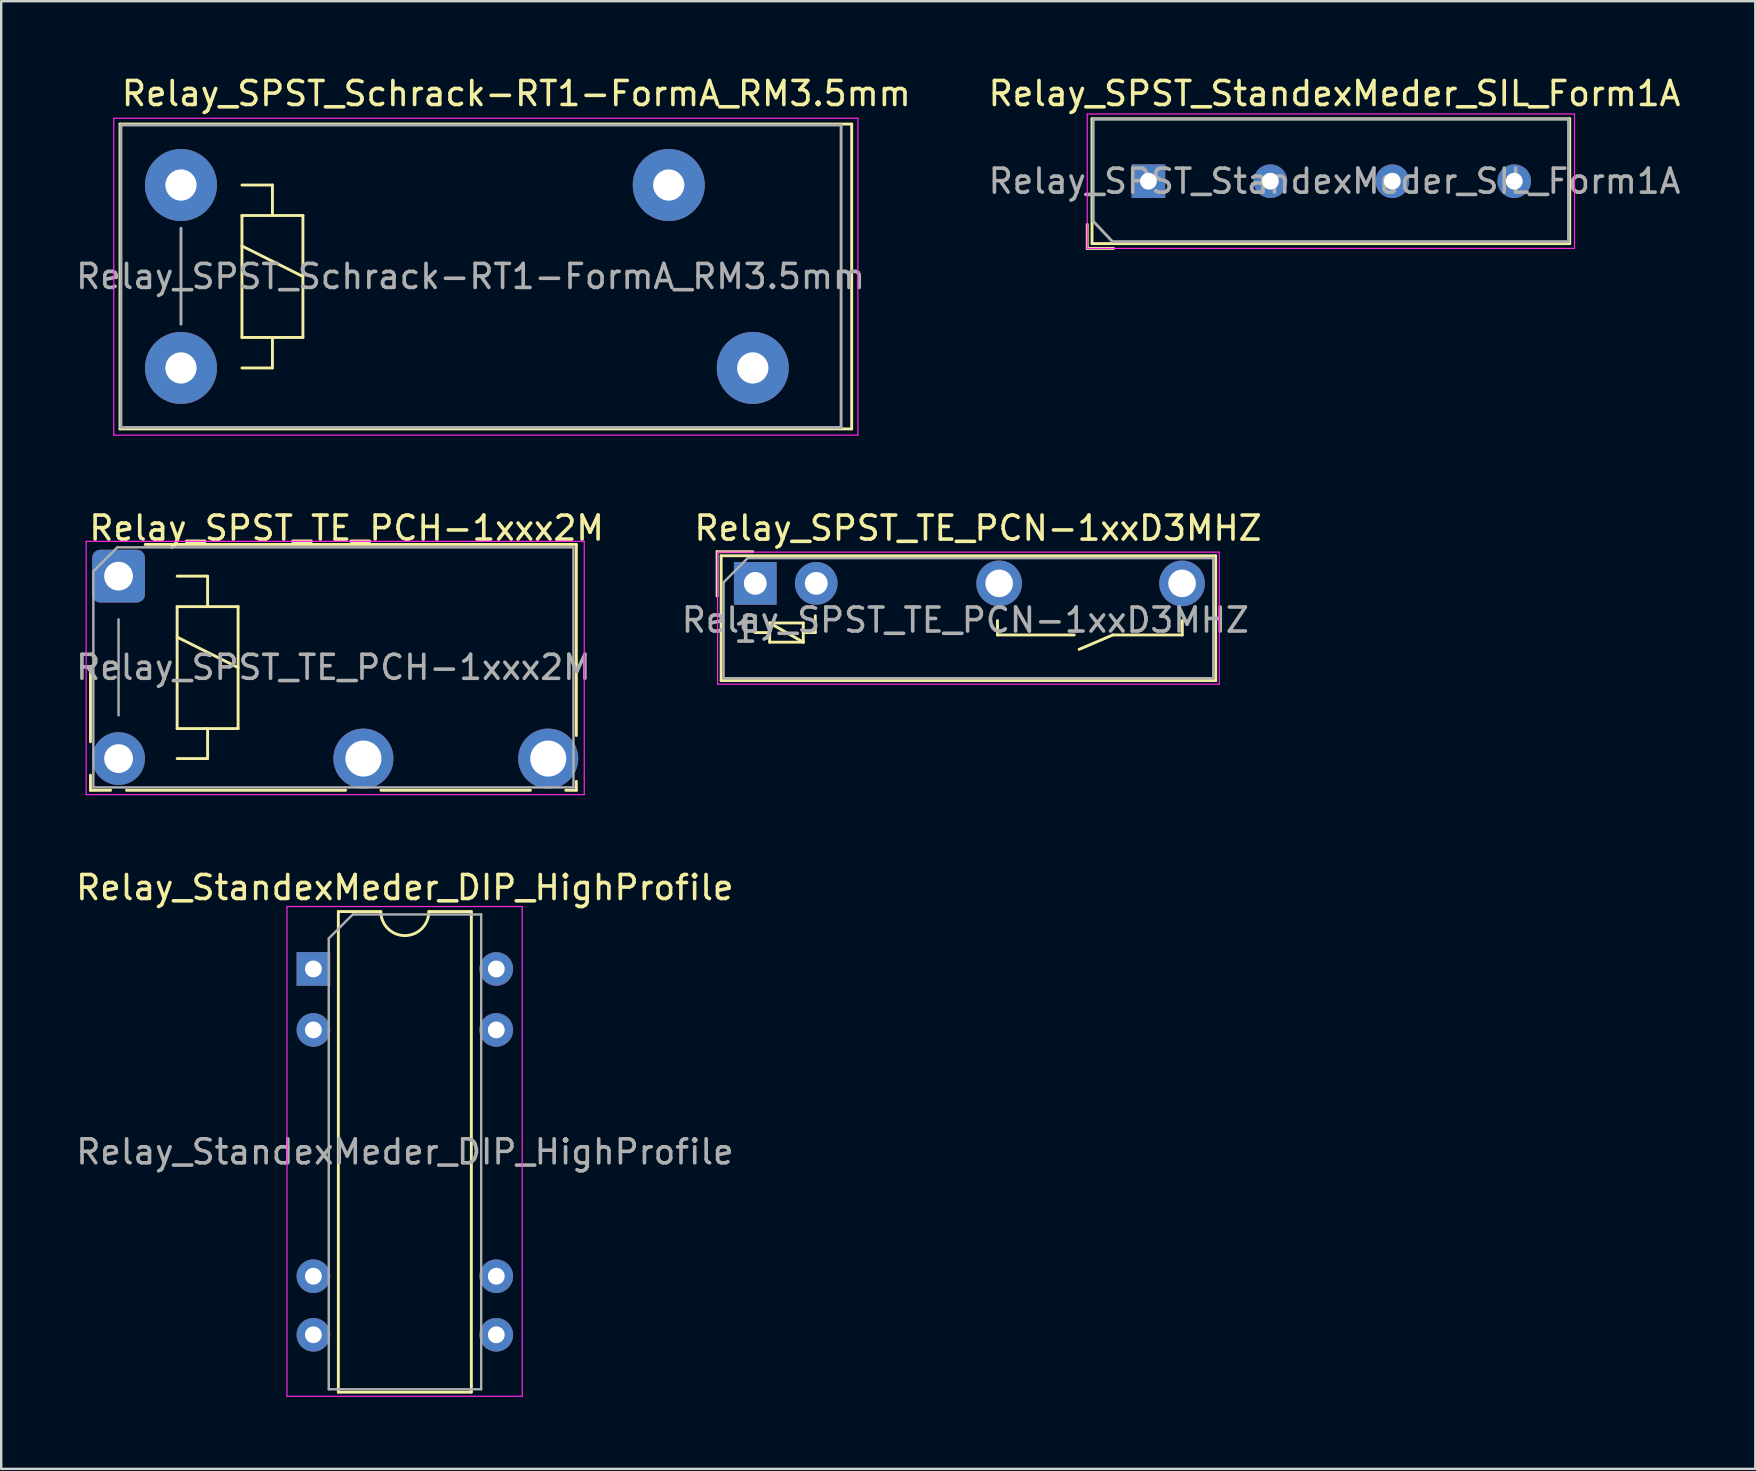
<source format=kicad_pcb>
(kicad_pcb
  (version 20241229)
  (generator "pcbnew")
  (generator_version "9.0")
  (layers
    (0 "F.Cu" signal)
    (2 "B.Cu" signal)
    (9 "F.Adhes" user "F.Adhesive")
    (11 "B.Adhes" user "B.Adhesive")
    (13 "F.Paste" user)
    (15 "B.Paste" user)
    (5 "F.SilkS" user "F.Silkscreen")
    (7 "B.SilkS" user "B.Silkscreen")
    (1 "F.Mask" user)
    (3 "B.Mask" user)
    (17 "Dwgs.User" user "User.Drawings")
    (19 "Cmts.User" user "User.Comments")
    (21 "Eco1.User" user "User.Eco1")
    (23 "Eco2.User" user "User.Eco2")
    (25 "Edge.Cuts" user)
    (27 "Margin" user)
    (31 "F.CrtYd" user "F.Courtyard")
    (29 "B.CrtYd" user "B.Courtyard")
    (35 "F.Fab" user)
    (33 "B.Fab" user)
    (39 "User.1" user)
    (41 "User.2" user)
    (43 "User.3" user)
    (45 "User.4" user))
  (footprint "Relay_StandexMeder_DIP_HighProfile"
    (layer "F.Cu")
    (at 10.005 37.315)
    (property "Reference" "Relay_StandexMeder_DIP_HighProfile" (at 3.81 -3.39 0) (layer "F.SilkS") (effects (font (size 1 1) (thickness 0.15))))
    (attr through_hole)
    (fp_line (start 1.04 -2.39) (end 1.04 17.63) (stroke (width 0.12) (type solid)) (layer "F.SilkS"))
    (fp_line (start 1.04 17.63) (end 6.58 17.63) (stroke (width 0.12) (type solid)) (layer "F.SilkS"))
    (fp_line (start 2.81 -2.39) (end 1.04 -2.39) (stroke (width 0.12) (type solid)) (layer "F.SilkS"))
    (fp_line (start 6.58 -2.39) (end 4.81 -2.39) (stroke (width 0.12) (type solid)) (layer "F.SilkS"))
    (fp_line (start 6.58 17.63) (end 6.58 -2.39) (stroke (width 0.12) (type solid)) (layer "F.SilkS"))
    (fp_arc (start 4.81 -2.39) (mid 3.81 -1.39) (end 2.81 -2.39) (stroke (width 0.12) (type solid)) (layer "F.SilkS"))
    (fp_line (start -1.1 -2.6) (end -1.1 17.8) (stroke (width 0.05) (type solid)) (layer "F.CrtYd"))
    (fp_line (start -1.1 17.8) (end 8.7 17.8) (stroke (width 0.05) (type solid)) (layer "F.CrtYd"))
    (fp_line (start 8.7 -2.6) (end -1.1 -2.6) (stroke (width 0.05) (type solid)) (layer "F.CrtYd"))
    (fp_line (start 8.7 17.8) (end 8.7 -2.6) (stroke (width 0.05) (type solid)) (layer "F.CrtYd"))
    (fp_line (start 0.64 -1.27) (end 1.64 -2.27) (stroke (width 0.1) (type solid)) (layer "F.Fab"))
    (fp_line (start 0.64 17.51) (end 0.64 -1.27) (stroke (width 0.1) (type solid)) (layer "F.Fab"))
    (fp_line (start 1.64 -2.27) (end 6.99 -2.27) (stroke (width 0.1) (type solid)) (layer "F.Fab"))
    (fp_line (start 6.99 -2.27) (end 6.99 17.51) (stroke (width 0.1) (type solid)) (layer "F.Fab"))
    (fp_line (start 6.99 17.51) (end 0.64 17.51) (stroke (width 0.1) (type solid)) (layer "F.Fab"))
    (fp_text user "${REFERENCE}" (at 3.815 7.62 0) (layer "F.Fab") (effects (font (size 1 1) (thickness 0.15))))
    (pad "1" thru_hole rect (at 0 0) (size 1.4 1.4) (drill 0.7) (layers "*.Cu" "*.Mask"))
    (pad "2" thru_hole circle (at 0 2.54) (size 1.4 1.4) (drill 0.7) (layers "*.Cu" "*.Mask"))
    (pad "6" thru_hole circle (at 0 12.8) (size 1.4 1.4) (drill 0.7) (layers "*.Cu" "*.Mask"))
    (pad "7" thru_hole circle (at 0 15.24) (size 1.4 1.4) (drill 0.7) (layers "*.Cu" "*.Mask"))
    (pad "8" thru_hole circle (at 7.62 15.24) (size 1.4 1.4) (drill 0.7) (layers "*.Cu" "*.Mask"))
    (pad "9" thru_hole circle (at 7.62 12.8) (size 1.4 1.4) (drill 0.7) (layers "*.Cu" "*.Mask"))
    (pad "13" thru_hole circle (at 7.62 2.54) (size 1.4 1.4) (drill 0.7) (layers "*.Cu" "*.Mask"))
    (pad "14" thru_hole circle (at 7.62 0) (size 1.4 1.4) (drill 0.7) (layers "*.Cu" "*.Mask")))
  (footprint "Relay_SPST_StandexMeder_SIL_Form1A"
    (layer "F.Cu")
    (at 44.792 4.498)
    (property "Reference" "Relay_SPST_StandexMeder_SIL_Form1A" (at 7.75 -3.65 0) (layer "F.SilkS") (effects (font (size 1 1) (thickness 0.15))))
    (attr through_hole)
    (fp_line (start -2.55 2.8) (end -2.55 1.8) (stroke (width 0.12) (type solid)) (layer "F.SilkS"))
    (fp_line (start -2.35 -2.6) (end 17.55 -2.6) (stroke (width 0.12) (type solid)) (layer "F.SilkS"))
    (fp_line (start -2.35 2.6) (end -2.35 -2.6) (stroke (width 0.12) (type solid)) (layer "F.SilkS"))
    (fp_line (start -1.45 2.8) (end -2.55 2.8) (stroke (width 0.12) (type solid)) (layer "F.SilkS"))
    (fp_line (start 17.55 -2.6) (end 17.55 2.6) (stroke (width 0.12) (type solid)) (layer "F.SilkS"))
    (fp_line (start 17.55 2.6) (end -2.35 2.6) (stroke (width 0.12) (type solid)) (layer "F.SilkS"))
    (fp_line (start -2.55 -2.8) (end -2.55 2.8) (stroke (width 0.05) (type solid)) (layer "F.CrtYd"))
    (fp_line (start -2.55 -2.8) (end 17.75 -2.8) (stroke (width 0.05) (type solid)) (layer "F.CrtYd"))
    (fp_line (start 17.75 2.8) (end -2.55 2.8) (stroke (width 0.05) (type solid)) (layer "F.CrtYd"))
    (fp_line (start 17.75 2.8) (end 17.75 -2.8) (stroke (width 0.05) (type solid)) (layer "F.CrtYd"))
    (fp_line (start -2.3 -2.583) (end 17.5 -2.583) (stroke (width 0.12) (type solid)) (layer "F.Fab"))
    (fp_line (start -2.3 1.667) (end -2.3 -2.583) (stroke (width 0.12) (type solid)) (layer "F.Fab"))
    (fp_line (start -1.5 2.517) (end -2.3 1.667) (stroke (width 0.12) (type solid)) (layer "F.Fab"))
    (fp_line (start 17.5 -2.583) (end 17.5 2.517) (stroke (width 0.12) (type solid)) (layer "F.Fab"))
    (fp_line (start 17.5 2.517) (end -1.5 2.517) (stroke (width 0.12) (type solid)) (layer "F.Fab"))
    (fp_text user "${REFERENCE}" (at 7.75 0 0) (layer "F.Fab") (effects (font (size 1 1) (thickness 0.15))))
    (pad "1" thru_hole rect (at 0 0) (size 1.4 1.4) (drill 0.7) (layers "*.Cu" "*.Mask"))
    (pad "3" thru_hole circle (at 5.08 0) (size 1.4 1.4) (drill 0.7) (layers "*.Cu" "*.Mask"))
    (pad "5" thru_hole circle (at 10.16 0) (size 1.4 1.4) (drill 0.7) (layers "*.Cu" "*.Mask"))
    (pad "7" thru_hole circle (at 15.24 0) (size 1.4 1.4) (drill 0.7) (layers "*.Cu" "*.Mask")))
  (footprint "Relay_SPST_TE_PCN-1xxD3MHZ"
    (layer "F.Cu")
    (at 28.413 21.252)
    (property "Reference" "Relay_SPST_TE_PCN-1xxD3MHZ" (at 9.28 -2.3 180) (layer "F.SilkS") (effects (font (size 1 1) (thickness 0.15))))
    (attr through_hole)
    (fp_line (start -1.59 -1.32) (end -0.1 -1.32) (stroke (width 0.12) (type solid)) (layer "F.SilkS"))
    (fp_line (start -1.59 0.53) (end -1.59 -1.32) (stroke (width 0.12) (type solid)) (layer "F.SilkS"))
    (fp_line (start -1.42 -1.15) (end -1.42 4.05) (stroke (width 0.12) (type solid)) (layer "F.SilkS"))
    (fp_line (start -1.42 4.05) (end 19.18 4.05) (stroke (width 0.12) (type solid)) (layer "F.SilkS"))
    (fp_line (start 0 1.35) (end 0 2.05) (stroke (width 0.12) (type solid)) (layer "F.SilkS"))
    (fp_line (start 0 2.05) (end 0.6 2.05) (stroke (width 0.12) (type solid)) (layer "F.SilkS"))
    (fp_line (start 0.6 1.65) (end 2 1.65) (stroke (width 0.12) (type solid)) (layer "F.SilkS"))
    (fp_line (start 0.6 1.65) (end 2 2.45) (stroke (width 0.12) (type solid)) (layer "F.SilkS"))
    (fp_line (start 0.6 2.05) (end 0.6 1.65) (stroke (width 0.12) (type solid)) (layer "F.SilkS"))
    (fp_line (start 0.6 2.45) (end 0.6 2.05) (stroke (width 0.12) (type solid)) (layer "F.SilkS"))
    (fp_line (start 2 1.65) (end 2 2.45) (stroke (width 0.12) (type solid)) (layer "F.SilkS"))
    (fp_line (start 2 2.05) (end 2.5 2.05) (stroke (width 0.12) (type solid)) (layer "F.SilkS"))
    (fp_line (start 2 2.45) (end 0.6 2.45) (stroke (width 0.12) (type solid)) (layer "F.SilkS"))
    (fp_line (start 2.5 2.05) (end 2.5 1.35) (stroke (width 0.12) (type solid)) (layer "F.SilkS"))
    (fp_line (start 10.09 2.15) (end 10.09 1.55) (stroke (width 0.12) (type solid)) (layer "F.SilkS"))
    (fp_line (start 13.29 2.15) (end 10.09 2.15) (stroke (width 0.12) (type solid)) (layer "F.SilkS"))
    (fp_line (start 14.89 2.15) (end 13.49 2.75) (stroke (width 0.12) (type solid)) (layer "F.SilkS"))
    (fp_line (start 17.79 1.55) (end 17.79 2.15) (stroke (width 0.12) (type solid)) (layer "F.SilkS"))
    (fp_line (start 17.79 2.15) (end 14.89 2.15) (stroke (width 0.12) (type solid)) (layer "F.SilkS"))
    (fp_line (start 19.18 -1.15) (end -1.42 -1.15) (stroke (width 0.12) (type solid)) (layer "F.SilkS"))
    (fp_line (start 19.18 4.05) (end 19.18 -1.15) (stroke (width 0.12) (type solid)) (layer "F.SilkS"))
    (fp_line (start -1.57 -1.3) (end -1.57 4.2) (stroke (width 0.05) (type solid)) (layer "F.CrtYd"))
    (fp_line (start -1.57 4.2) (end 19.33 4.2) (stroke (width 0.05) (type solid)) (layer "F.CrtYd"))
    (fp_line (start 19.33 -1.3) (end -1.57 -1.3) (stroke (width 0.05) (type solid)) (layer "F.CrtYd"))
    (fp_line (start 19.33 4.2) (end 19.33 -1.3) (stroke (width 0.05) (type solid)) (layer "F.CrtYd"))
    (fp_line (start -1.32 3.95) (end -1.32 -0.04) (stroke (width 0.1) (type solid)) (layer "F.Fab"))
    (fp_line (start -0.32 -1.05) (end -1.32 -0.04) (stroke (width 0.1) (type solid)) (layer "F.Fab"))
    (fp_line (start -0.32 -1.05) (end 19.08 -1.05) (stroke (width 0.1) (type solid)) (layer "F.Fab"))
    (fp_line (start 19.08 -1.05) (end 19.08 3.95) (stroke (width 0.1) (type solid)) (layer "F.Fab"))
    (fp_line (start 19.08 3.95) (end -1.32 3.95) (stroke (width 0.1) (type solid)) (layer "F.Fab"))
    (fp_text user "${REFERENCE}" (at 8.75 1.53 0) (layer "F.Fab") (effects (font (size 1 1) (thickness 0.15))))
    (fp_text user "1" (at -0.4 1.95 0) (layer "F.Fab") (effects (font (size 1 1) (thickness 0.15))))
    (pad "1" thru_hole rect (at 0 0) (size 1.778 1.778) (drill 0.95) (layers "*.Cu" "*.Mask"))
    (pad "2" thru_hole circle (at 2.54 0) (size 1.778 1.778) (drill 0.95) (layers "*.Cu" "*.Mask"))
    (pad "3" thru_hole circle (at 10.16 0) (size 1.9 1.9) (drill 1.15) (layers "*.Cu" "*.Mask"))
    (pad "4" thru_hole circle (at 17.78 0) (size 1.9 1.9) (drill 1.15) (layers "*.Cu" "*.Mask")))
  (footprint "Relay_SPST_Schrack-RT1-FormA_RM3.5mm"
    (layer "F.Cu")
    (at 4.489 4.658)
    (property "Reference" "Relay_SPST_Schrack-RT1-FormA_RM3.5mm" (at 13.97 -3.81 0) (layer "F.SilkS") (effects (font (size 1 1) (thickness 0.15))))
    (attr through_hole)
    (fp_line (start -2.54 -2.54) (end 27.94 -2.54) (stroke (width 0.12) (type solid)) (layer "F.SilkS"))
    (fp_line (start -2.54 10.16) (end -2.54 -2.54) (stroke (width 0.12) (type solid)) (layer "F.SilkS"))
    (fp_line (start 2.54 0) (end 3.81 0) (stroke (width 0.12) (type solid)) (layer "F.SilkS"))
    (fp_line (start 2.54 1.27) (end 3.81 1.27) (stroke (width 0.12) (type solid)) (layer "F.SilkS"))
    (fp_line (start 2.54 2.54) (end 5.08 3.81) (stroke (width 0.12) (type solid)) (layer "F.SilkS"))
    (fp_line (start 2.54 6.35) (end 2.54 1.27) (stroke (width 0.12) (type solid)) (layer "F.SilkS"))
    (fp_line (start 3.81 0) (end 3.81 1.27) (stroke (width 0.12) (type solid)) (layer "F.SilkS"))
    (fp_line (start 3.81 1.27) (end 5.08 1.27) (stroke (width 0.12) (type solid)) (layer "F.SilkS"))
    (fp_line (start 3.81 6.35) (end 3.81 7.62) (stroke (width 0.12) (type solid)) (layer "F.SilkS"))
    (fp_line (start 3.81 7.62) (end 2.54 7.62) (stroke (width 0.12) (type solid)) (layer "F.SilkS"))
    (fp_line (start 5.08 1.27) (end 5.08 6.35) (stroke (width 0.12) (type solid)) (layer "F.SilkS"))
    (fp_line (start 5.08 6.35) (end 2.54 6.35) (stroke (width 0.12) (type solid)) (layer "F.SilkS"))
    (fp_line (start 27.94 -2.54) (end 27.94 10.16) (stroke (width 0.12) (type solid)) (layer "F.SilkS"))
    (fp_line (start 27.94 10.16) (end -2.54 10.16) (stroke (width 0.12) (type solid)) (layer "F.SilkS"))
    (fp_line (start -2.8 -2.78) (end 28.2 -2.78) (stroke (width 0.05) (type solid)) (layer "F.CrtYd"))
    (fp_line (start -2.8 10.42) (end -2.8 -2.78) (stroke (width 0.05) (type solid)) (layer "F.CrtYd"))
    (fp_line (start 28.2 -2.78) (end 28.2 10.42) (stroke (width 0.05) (type solid)) (layer "F.CrtYd"))
    (fp_line (start 28.2 10.42) (end -2.8 10.42) (stroke (width 0.05) (type solid)) (layer "F.CrtYd"))
    (fp_line (start -2.5 -2.5) (end 27.5 -2.5) (stroke (width 0.12) (type solid)) (layer "F.Fab"))
    (fp_line (start -2.5 10.1) (end -2.5 -2.5) (stroke (width 0.12) (type solid)) (layer "F.Fab"))
    (fp_line (start 0 1.8) (end 0 5.8) (stroke (width 0.12) (type solid)) (layer "F.Fab"))
    (fp_line (start 27.5 -2.5) (end 27.5 10.1) (stroke (width 0.12) (type solid)) (layer "F.Fab"))
    (fp_line (start 27.5 10.1) (end -2.5 10.1) (stroke (width 0.12) (type solid)) (layer "F.Fab"))
    (fp_text user "${REFERENCE}" (at 12.065 3.81 0) (layer "F.Fab") (effects (font (size 1 1) (thickness 0.15))))
    (pad "11" thru_hole circle (at 20.32 0) (size 3 3) (drill 1.3) (layers "*.Cu" "*.Mask"))
    (pad "14" thru_hole circle (at 23.82 7.62) (size 3 3) (drill 1.3) (layers "*.Cu" "*.Mask"))
    (pad "A1" thru_hole circle (at 0 0) (size 3 3) (drill 1.3) (layers "*.Cu" "*.Mask"))
    (pad "A2" thru_hole circle (at 0 7.62) (size 3 3) (drill 1.3) (layers "*.Cu" "*.Mask")))
  (footprint "Relay_SPST_TE_PCH-1xxx2M"
    (layer "F.Cu")
    (at 1.889 20.951)
    (property "Reference" "Relay_SPST_TE_PCH-1xxx2M" (at 9.5 -2 0) (layer "F.SilkS") (effects (font (size 1 1) (thickness 0.15))))
    (attr through_hole)
    (fp_line (start -1.17 3.8) (end -1.17 6.9) (stroke (width 0.12) (type solid)) (layer "F.SilkS"))
    (fp_line (start -1.17 8.29) (end -1.17 8.92) (stroke (width 0.12) (type solid)) (layer "F.SilkS"))
    (fp_line (start -0.33 8.92) (end -1.17 8.92) (stroke (width 0.12) (type solid)) (layer "F.SilkS"))
    (fp_line (start 2.44 0) (end 3.71 0) (stroke (width 0.12) (type solid)) (layer "F.SilkS"))
    (fp_line (start 2.44 1.27) (end 3.71 1.27) (stroke (width 0.12) (type solid)) (layer "F.SilkS"))
    (fp_line (start 2.44 2.54) (end 4.98 3.81) (stroke (width 0.12) (type solid)) (layer "F.SilkS"))
    (fp_line (start 2.44 6.35) (end 2.44 1.27) (stroke (width 0.12) (type solid)) (layer "F.SilkS"))
    (fp_line (start 3.71 0) (end 3.71 1.27) (stroke (width 0.12) (type solid)) (layer "F.SilkS"))
    (fp_line (start 3.71 1.27) (end 4.98 1.27) (stroke (width 0.12) (type solid)) (layer "F.SilkS"))
    (fp_line (start 3.71 6.35) (end 3.71 7.6) (stroke (width 0.12) (type solid)) (layer "F.SilkS"))
    (fp_line (start 3.71 7.6) (end 2.44 7.6) (stroke (width 0.12) (type solid)) (layer "F.SilkS"))
    (fp_line (start 4.98 1.27) (end 4.98 6.35) (stroke (width 0.12) (type solid)) (layer "F.SilkS"))
    (fp_line (start 4.98 6.35) (end 2.44 6.35) (stroke (width 0.12) (type solid)) (layer "F.SilkS"))
    (fp_line (start 9.46 8.92) (end 0.33 8.92) (stroke (width 0.12) (type solid)) (layer "F.SilkS"))
    (fp_line (start 17.16 8.92) (end 10.93 8.92) (stroke (width 0.12) (type solid)) (layer "F.SilkS"))
    (fp_line (start 19.07 -1.32) (end 1.11 -1.32) (stroke (width 0.12) (type solid)) (layer "F.SilkS"))
    (fp_line (start 19.07 -1.32) (end 19.07 6.64) (stroke (width 0.12) (type solid)) (layer "F.SilkS"))
    (fp_line (start 19.07 8.92) (end 18.63 8.92) (stroke (width 0.12) (type solid)) (layer "F.SilkS"))
    (fp_line (start 19.07 8.92) (end 19.07 8.55) (stroke (width 0.12) (type solid)) (layer "F.SilkS"))
    (fp_line (start -1.35 -1.45) (end 19.4 -1.45) (stroke (width 0.05) (type solid)) (layer "F.CrtYd"))
    (fp_line (start -1.35 9.1) (end -1.35 -1.45) (stroke (width 0.05) (type solid)) (layer "F.CrtYd"))
    (fp_line (start 19.4 -1.45) (end 19.4 9.1) (stroke (width 0.05) (type solid)) (layer "F.CrtYd"))
    (fp_line (start 19.4 9.1) (end -1.35 9.1) (stroke (width 0.05) (type solid)) (layer "F.CrtYd"))
    (fp_line (start -1.05 8.8) (end -1.05 -0.2) (stroke (width 0.1) (type solid)) (layer "F.Fab"))
    (fp_line (start -0.05 -1.2) (end -1.05 -0.2) (stroke (width 0.1) (type solid)) (layer "F.Fab"))
    (fp_line (start -0.05 -1.2) (end 18.95 -1.2) (stroke (width 0.1) (type solid)) (layer "F.Fab"))
    (fp_line (start 0 1.8) (end 0 5.8) (stroke (width 0.1) (type solid)) (layer "F.Fab"))
    (fp_line (start 18.95 -1.2) (end 18.95 8.8) (stroke (width 0.1) (type solid)) (layer "F.Fab"))
    (fp_line (start 18.95 8.8) (end -1.05 8.8) (stroke (width 0.1) (type solid)) (layer "F.Fab"))
    (fp_text user "${REFERENCE}" (at 8.95 3.8 0) (layer "F.Fab") (effects (font (size 1 1) (thickness 0.15))))
    (pad "1" thru_hole roundrect (at 0 0) (size 2.2 2.2) (drill 1.2) (layers "*.Cu" "*.Mask") (roundrect_rratio 0.155))
    (pad "2" thru_hole circle (at 10.2 7.6) (size 2.5 2.5) (drill 1.5) (layers "*.Cu" "*.Mask"))
    (pad "3" thru_hole circle (at 17.9 7.6) (size 2.5 2.5) (drill 1.5) (layers "*.Cu" "*.Mask"))
    (pad "5" thru_hole circle (at 0 7.6) (size 2.2 2.2) (drill 1.2) (layers "*.Cu" "*.Mask")))
  (gr_rect
    (start -3 -3)
    (end 70.072 58.14)
    (stroke (width 0.1) (type default))
    (fill no)
    (layer "Edge.Cuts")))
</source>
